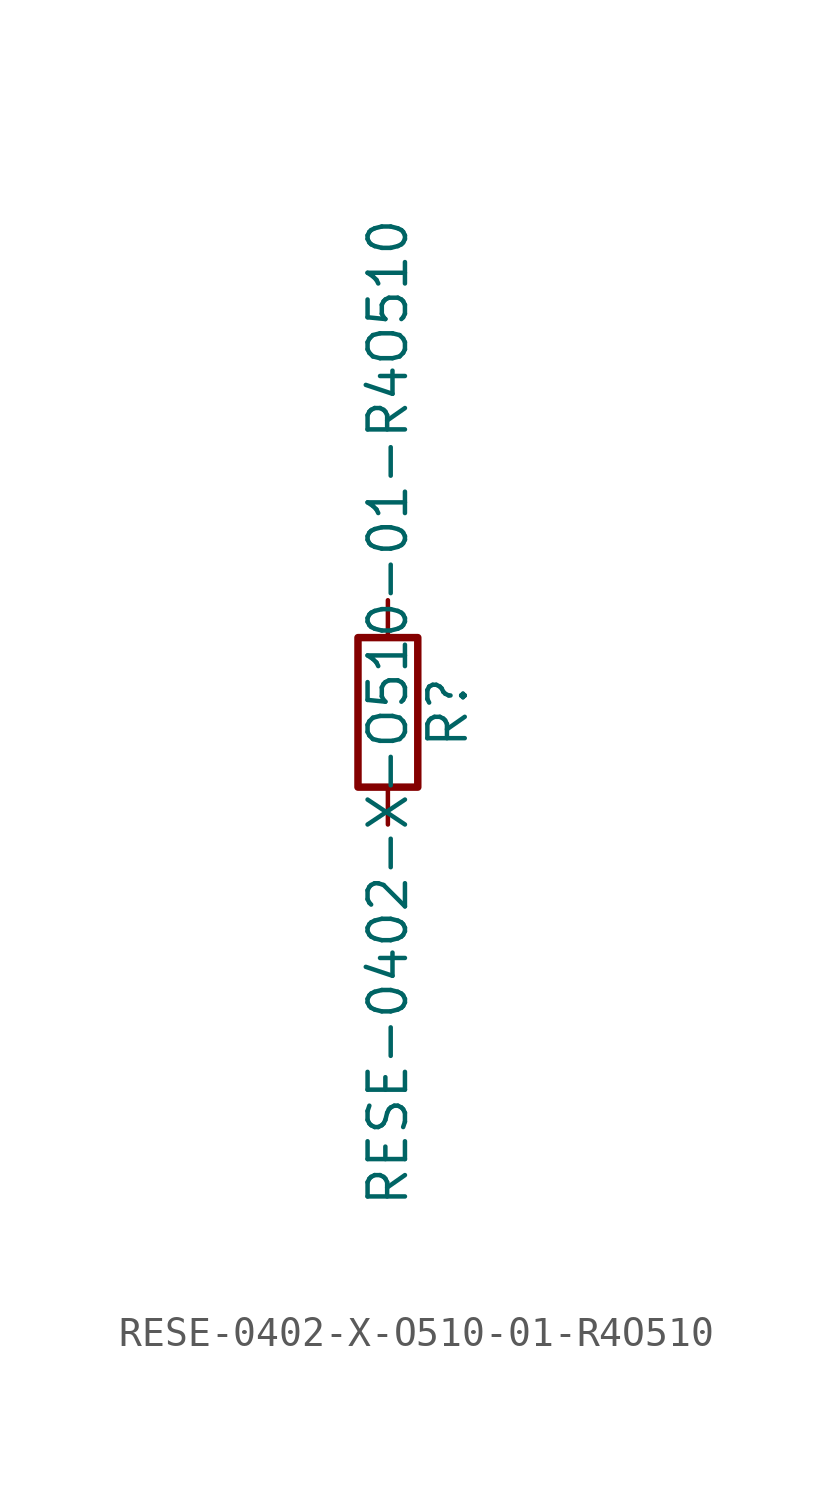
<source format=kicad_sym>
(kicad_symbol_lib
  (version 20211014)
  (generator kicad_symbol_editor)
  (symbol "RESE-0402-X-O510-01-R4O510"
    (pin_numbers hide)
    (pin_names
      (offset 0))
    (property "Reference" "R"
      (at 2.032 0 90)
      (effects (font (size 1.27 1.27))))
    (property "Value" "RESE-0402-X-O510-01-R4O510"
      (at 0 0 90)
      (effects (font (size 1.27 1.27))))
    (symbol "RESE-0402-X-O510-01-R4O510_0_1"
      (rectangle (start -1.016 -2.54) (end 1.016 2.54) (stroke (width 0.254) (type default) (color 0 0 0 0)) (fill (type none))))
    (symbol "RESE-0402-X-O510-01-R4O510_1_1"
      (pin passive line (at 0 3.81 270) (length 1.27) (name "~" (effects (font (size 1.27 1.27)))) (number "1" (effects (font (size 1.27 1.27)))))
      (pin passive line (at 0 -3.81 90) (length 1.27) (name "~" (effects (font (size 1.27 1.27)))) (number "2" (effects (font (size 1.27 1.27))))))))
</source>
